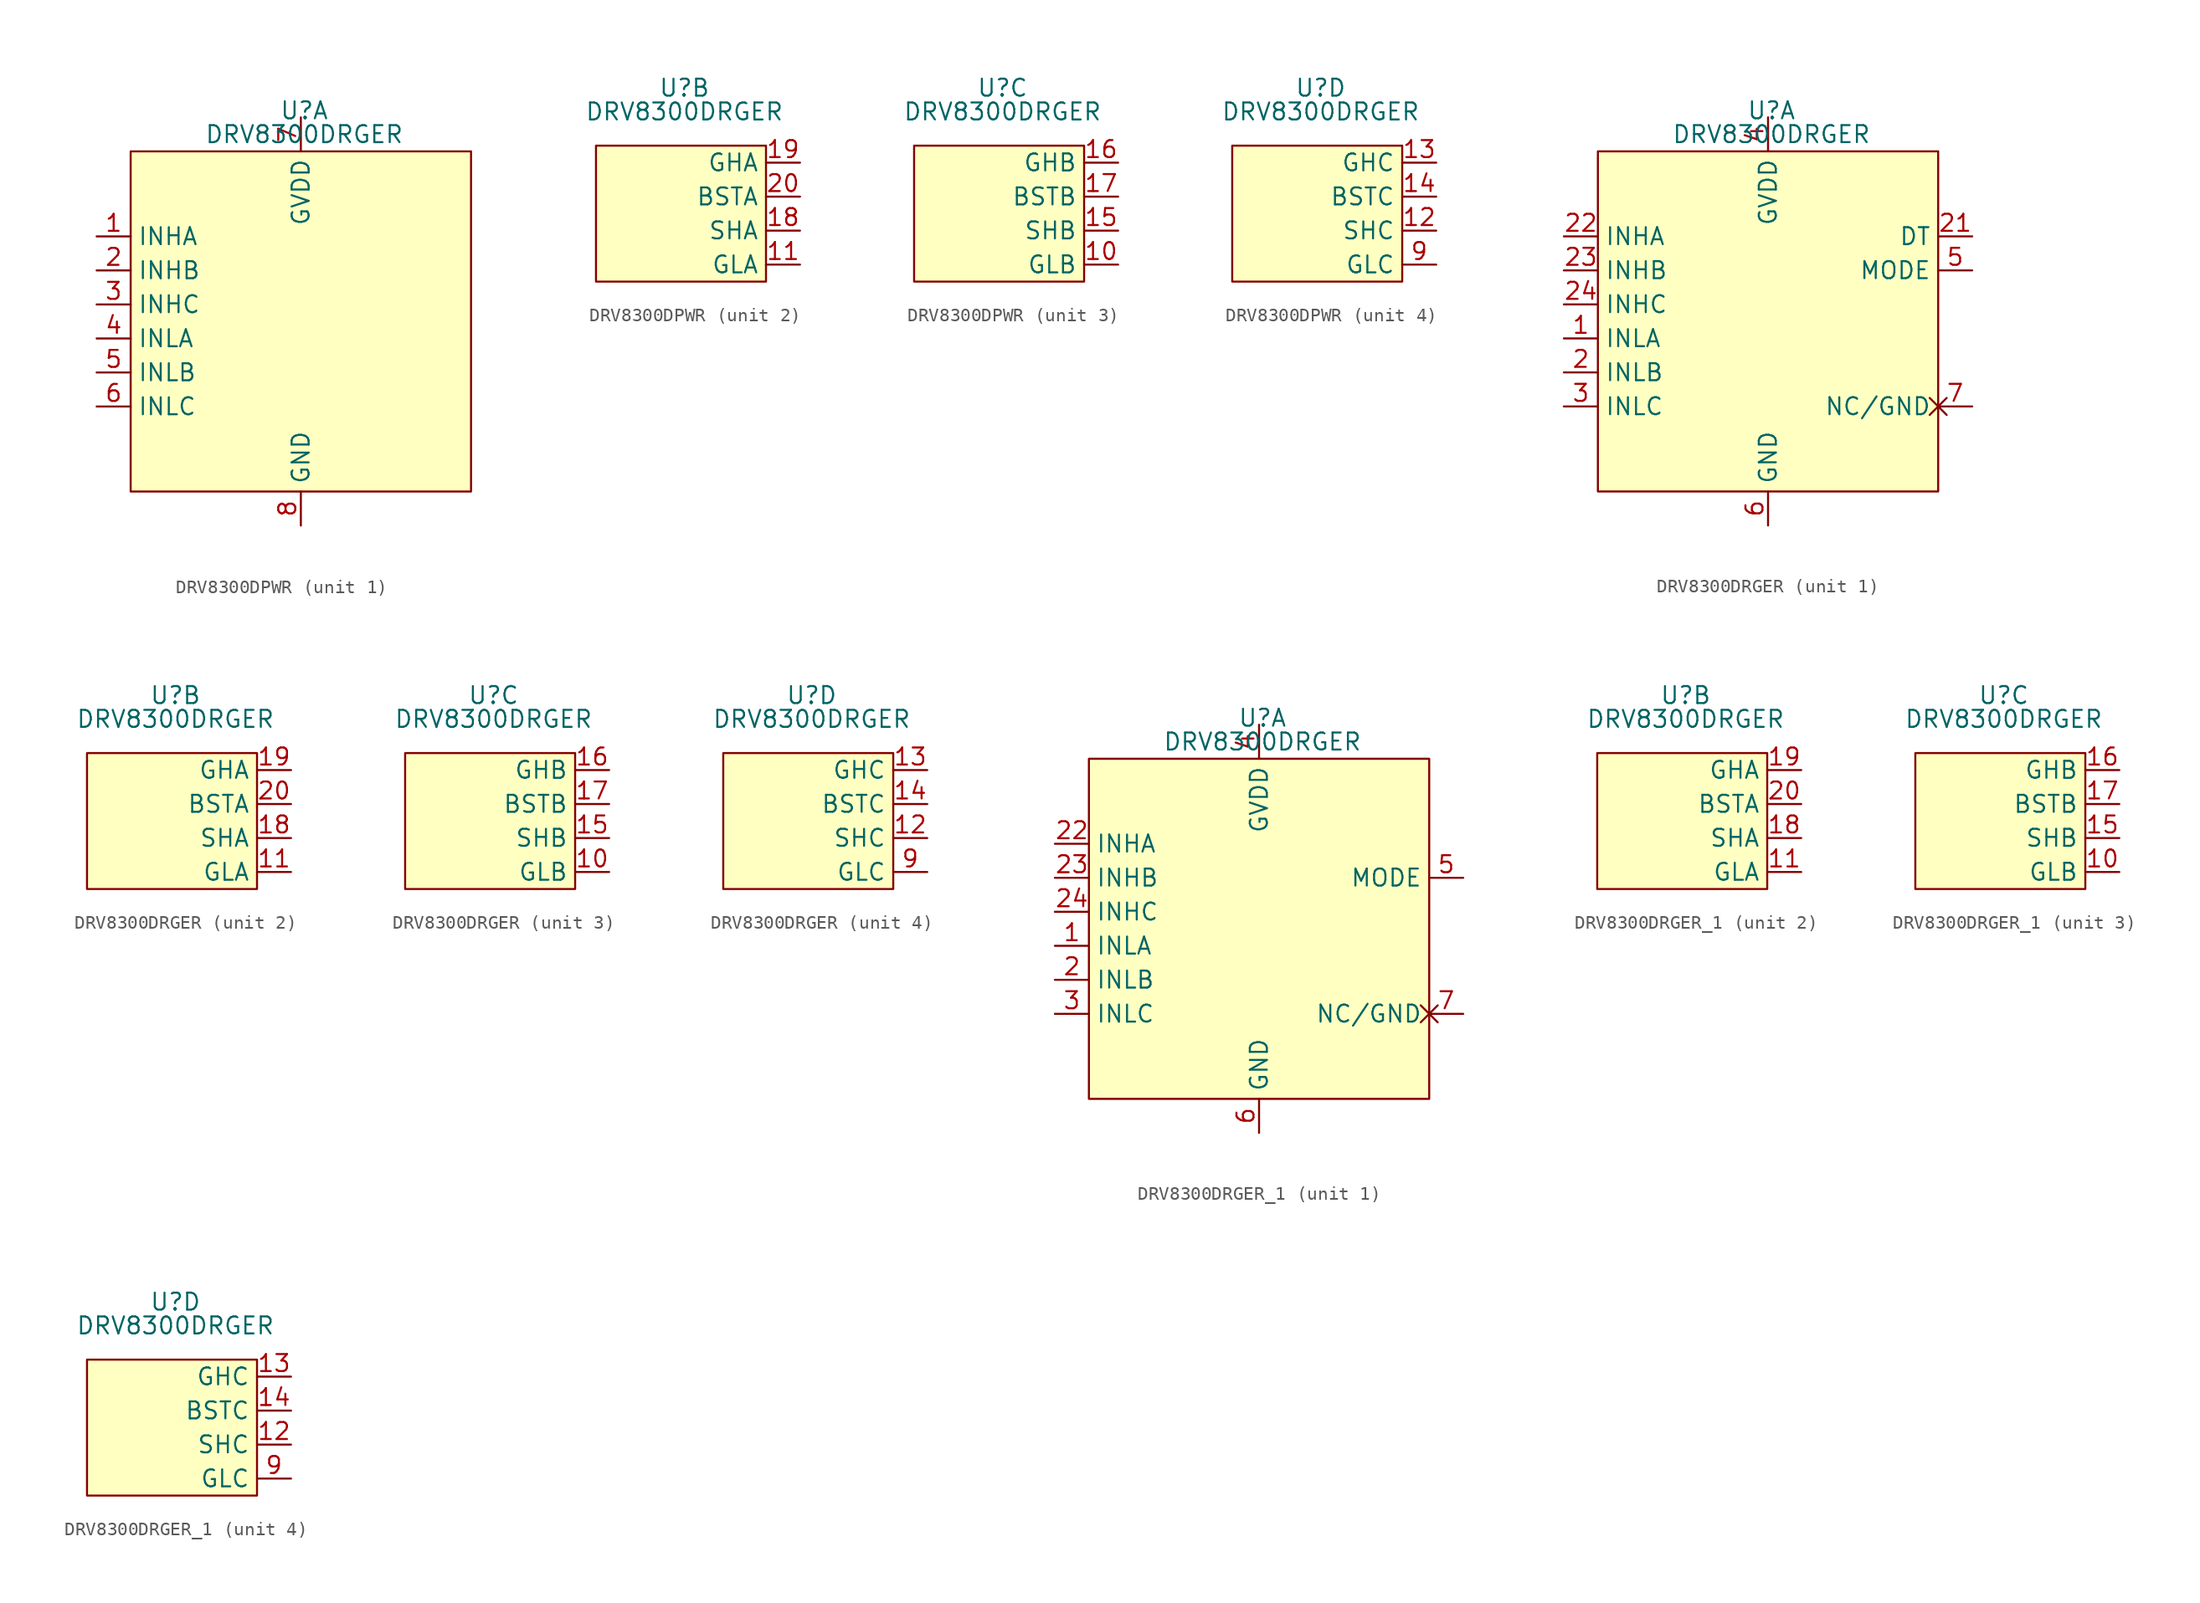
<source format=kicad_sym>
(kicad_symbol_lib
  (version 20231120)
  (generator "kicad_symbol_editor")
  (generator_version "8.0")
  (symbol "DRV8300DPWR"
    (property "Reference" "U"
      (at 0.254 6.858 0)
      (effects (font (size 1.27 1.27))))
    (property "Value" "DRV8300DRGER"
      (at 0.254 5.08 0)
      (effects (font (size 1.27 1.27))))
    (property "ki_locked" ""
      (at 0 0 0)
      (effects (font (size 1.27 1.27))))
    (symbol "DRV8300DPWR_1_1"
      (rectangle (start -12.7 3.81) (end 12.7 -21.59) (stroke (width 0) (type default)) (fill (type background)))
      (pin input line (at -15.24 -2.54 0) (length 2.54) (name "INHA" (effects (font (size 1.27 1.27)))) (number "1" (effects (font (size 1.27 1.27)))))
      (pin input line (at -15.24 -5.08 0) (length 2.54) (name "INHB" (effects (font (size 1.27 1.27)))) (number "2" (effects (font (size 1.27 1.27)))))
      (pin input line (at -15.24 -7.62 0) (length 2.54) (name "INHC" (effects (font (size 1.27 1.27)))) (number "3" (effects (font (size 1.27 1.27)))))
      (pin input line (at -15.24 -10.16 0) (length 2.54) (name "INLA" (effects (font (size 1.27 1.27)))) (number "4" (effects (font (size 1.27 1.27)))))
      (pin input line (at -15.24 -12.7 0) (length 2.54) (name "INLB" (effects (font (size 1.27 1.27)))) (number "5" (effects (font (size 1.27 1.27)))))
      (pin input line (at -15.24 -15.24 0) (length 2.54) (name "INLC" (effects (font (size 1.27 1.27)))) (number "6" (effects (font (size 1.27 1.27)))))
      (pin power_in line (at 0 6.35 270) (length 2.54) (name "GVDD" (effects (font (size 1.27 1.27)))) (number "7" (effects (font (size 1.27 1.27)))))
      (pin power_out line (at 0 -24.13 90) (length 2.54) (name "GND" (effects (font (size 1.27 1.27)))) (number "8" (effects (font (size 1.27 1.27))))))
    (symbol "DRV8300DPWR_2_1"
      (rectangle (start -6.35 2.54) (end 6.35 -7.62) (stroke (width 0) (type default)) (fill (type background)))
      (pin output line (at 8.89 -6.35 180) (length 2.54) (name "GLA" (effects (font (size 1.27 1.27)))) (number "11" (effects (font (size 1.27 1.27)))))
      (pin output line (at 8.89 -3.81 180) (length 2.54) (name "SHA" (effects (font (size 1.27 1.27)))) (number "18" (effects (font (size 1.27 1.27)))))
      (pin output line (at 8.89 1.27 180) (length 2.54) (name "GHA" (effects (font (size 1.27 1.27)))) (number "19" (effects (font (size 1.27 1.27)))))
      (pin output line (at 8.89 -1.27 180) (length 2.54) (name "BSTA" (effects (font (size 1.27 1.27)))) (number "20" (effects (font (size 1.27 1.27))))))
    (symbol "DRV8300DPWR_3_1"
      (rectangle (start -6.35 2.54) (end 6.35 -7.62) (stroke (width 0) (type default)) (fill (type background)))
      (pin output line (at 8.89 -6.35 180) (length 2.54) (name "GLB" (effects (font (size 1.27 1.27)))) (number "10" (effects (font (size 1.27 1.27)))))
      (pin output line (at 8.89 -3.81 180) (length 2.54) (name "SHB" (effects (font (size 1.27 1.27)))) (number "15" (effects (font (size 1.27 1.27)))))
      (pin output line (at 8.89 1.27 180) (length 2.54) (name "GHB" (effects (font (size 1.27 1.27)))) (number "16" (effects (font (size 1.27 1.27)))))
      (pin output line (at 8.89 -1.27 180) (length 2.54) (name "BSTB" (effects (font (size 1.27 1.27)))) (number "17" (effects (font (size 1.27 1.27))))))
    (symbol "DRV8300DPWR_4_1"
      (rectangle (start -6.35 2.54) (end 6.35 -7.62) (stroke (width 0) (type default)) (fill (type background)))
      (pin output line (at 8.89 -3.81 180) (length 2.54) (name "SHC" (effects (font (size 1.27 1.27)))) (number "12" (effects (font (size 1.27 1.27)))))
      (pin output line (at 8.89 1.27 180) (length 2.54) (name "GHC" (effects (font (size 1.27 1.27)))) (number "13" (effects (font (size 1.27 1.27)))))
      (pin output line (at 8.89 -1.27 180) (length 2.54) (name "BSTC" (effects (font (size 1.27 1.27)))) (number "14" (effects (font (size 1.27 1.27)))))
      (pin output line (at 8.89 -6.35 180) (length 2.54) (name "GLC" (effects (font (size 1.27 1.27)))) (number "9" (effects (font (size 1.27 1.27)))))))
  (symbol "DRV8300DRGER"
    (property "Reference" "U"
      (at 0.254 6.858 0)
      (effects (font (size 1.27 1.27))))
    (property "Value" "DRV8300DRGER"
      (at 0.254 5.08 0)
      (effects (font (size 1.27 1.27))))
    (property "ki_locked" ""
      (at 0 0 0)
      (effects (font (size 1.27 1.27))))
    (symbol "DRV8300DRGER_1_1"
      (rectangle (start -12.7 3.81) (end 12.7 -21.59) (stroke (width 0) (type default)) (fill (type background)))
      (pin input line (at -15.24 -10.16 0) (length 2.54) (name "INLA" (effects (font (size 1.27 1.27)))) (number "1" (effects (font (size 1.27 1.27)))))
      (pin input line (at -15.24 -12.7 0) (length 2.54) (name "INLB" (effects (font (size 1.27 1.27)))) (number "2" (effects (font (size 1.27 1.27)))))
      (pin input line (at 15.24 -2.54 180) (length 2.54) (name "DT" (effects (font (size 1.27 1.27)))) (number "21" (effects (font (size 1.27 1.27)))))
      (pin input line (at -15.24 -2.54 0) (length 2.54) (name "INHA" (effects (font (size 1.27 1.27)))) (number "22" (effects (font (size 1.27 1.27)))))
      (pin input line (at -15.24 -5.08 0) (length 2.54) (name "INHB" (effects (font (size 1.27 1.27)))) (number "23" (effects (font (size 1.27 1.27)))))
      (pin input line (at -15.24 -7.62 0) (length 2.54) (name "INHC" (effects (font (size 1.27 1.27)))) (number "24" (effects (font (size 1.27 1.27)))))
      (pin power_out line (at 0 -24.13 90) (length 2.54) hide (name "GND" (effects (font (size 1.27 1.27)))) (number "25" (effects (font (size 1.27 1.27)))))
      (pin input line (at -15.24 -15.24 0) (length 2.54) (name "INLC" (effects (font (size 1.27 1.27)))) (number "3" (effects (font (size 1.27 1.27)))))
      (pin power_in line (at 0 6.35 270) (length 2.54) (name "GVDD" (effects (font (size 1.27 1.27)))) (number "4" (effects (font (size 1.27 1.27)))))
      (pin input line (at 15.24 -5.08 180) (length 2.54) (name "MODE" (effects (font (size 1.27 1.27)))) (number "5" (effects (font (size 1.27 1.27)))))
      (pin power_out line (at 0 -24.13 90) (length 2.54) (name "GND" (effects (font (size 1.27 1.27)))) (number "6" (effects (font (size 1.27 1.27)))))
      (pin unspecified non_logic (at 15.24 -15.24 180) (length 2.54) (name "NC/GND" (effects (font (size 1.27 1.27)))) (number "7" (effects (font (size 1.27 1.27)))))
      (pin unspecified non_logic (at 15.24 -15.24 180) (length 2.54) hide (name "NC/GND" (effects (font (size 1.27 1.27)))) (number "8" (effects (font (size 1.27 1.27))))))
    (symbol "DRV8300DRGER_2_1"
      (rectangle (start -6.35 2.54) (end 6.35 -7.62) (stroke (width 0) (type default)) (fill (type background)))
      (pin output line (at 8.89 -6.35 180) (length 2.54) (name "GLA" (effects (font (size 1.27 1.27)))) (number "11" (effects (font (size 1.27 1.27)))))
      (pin output line (at 8.89 -3.81 180) (length 2.54) (name "SHA" (effects (font (size 1.27 1.27)))) (number "18" (effects (font (size 1.27 1.27)))))
      (pin output line (at 8.89 1.27 180) (length 2.54) (name "GHA" (effects (font (size 1.27 1.27)))) (number "19" (effects (font (size 1.27 1.27)))))
      (pin output line (at 8.89 -1.27 180) (length 2.54) (name "BSTA" (effects (font (size 1.27 1.27)))) (number "20" (effects (font (size 1.27 1.27))))))
    (symbol "DRV8300DRGER_3_1"
      (rectangle (start -6.35 2.54) (end 6.35 -7.62) (stroke (width 0) (type default)) (fill (type background)))
      (pin output line (at 8.89 -6.35 180) (length 2.54) (name "GLB" (effects (font (size 1.27 1.27)))) (number "10" (effects (font (size 1.27 1.27)))))
      (pin output line (at 8.89 -3.81 180) (length 2.54) (name "SHB" (effects (font (size 1.27 1.27)))) (number "15" (effects (font (size 1.27 1.27)))))
      (pin output line (at 8.89 1.27 180) (length 2.54) (name "GHB" (effects (font (size 1.27 1.27)))) (number "16" (effects (font (size 1.27 1.27)))))
      (pin output line (at 8.89 -1.27 180) (length 2.54) (name "BSTB" (effects (font (size 1.27 1.27)))) (number "17" (effects (font (size 1.27 1.27))))))
    (symbol "DRV8300DRGER_4_1"
      (rectangle (start -6.35 2.54) (end 6.35 -7.62) (stroke (width 0) (type default)) (fill (type background)))
      (pin output line (at 8.89 -3.81 180) (length 2.54) (name "SHC" (effects (font (size 1.27 1.27)))) (number "12" (effects (font (size 1.27 1.27)))))
      (pin output line (at 8.89 1.27 180) (length 2.54) (name "GHC" (effects (font (size 1.27 1.27)))) (number "13" (effects (font (size 1.27 1.27)))))
      (pin output line (at 8.89 -1.27 180) (length 2.54) (name "BSTC" (effects (font (size 1.27 1.27)))) (number "14" (effects (font (size 1.27 1.27)))))
      (pin output line (at 8.89 -6.35 180) (length 2.54) (name "GLC" (effects (font (size 1.27 1.27)))) (number "9" (effects (font (size 1.27 1.27)))))))
  (symbol "DRV8300DRGER_1"
    (property "Reference" "U"
      (at 0.254 6.858 0)
      (effects (font (size 1.27 1.27))))
    (property "Value" "DRV8300DRGER"
      (at 0.254 5.08 0)
      (effects (font (size 1.27 1.27))))
    (property "ki_locked" ""
      (at 0 0 0)
      (effects (font (size 1.27 1.27))))
    (symbol "DRV8300DRGER_1_1_1"
      (rectangle (start -12.7 3.81) (end 12.7 -21.59) (stroke (width 0) (type default)) (fill (type background)))
      (pin input line (at -15.24 -10.16 0) (length 2.54) (name "INLA" (effects (font (size 1.27 1.27)))) (number "1" (effects (font (size 1.27 1.27)))))
      (pin input line (at -15.24 -12.7 0) (length 2.54) (name "INLB" (effects (font (size 1.27 1.27)))) (number "2" (effects (font (size 1.27 1.27)))))
      (pin input line (at -15.24 -2.54 0) (length 2.54) (name "INHA" (effects (font (size 1.27 1.27)))) (number "22" (effects (font (size 1.27 1.27)))))
      (pin input line (at -15.24 -5.08 0) (length 2.54) (name "INHB" (effects (font (size 1.27 1.27)))) (number "23" (effects (font (size 1.27 1.27)))))
      (pin input line (at -15.24 -7.62 0) (length 2.54) (name "INHC" (effects (font (size 1.27 1.27)))) (number "24" (effects (font (size 1.27 1.27)))))
      (pin power_out line (at 0 -24.13 90) (length 2.54) hide (name "GND" (effects (font (size 1.27 1.27)))) (number "25" (effects (font (size 1.27 1.27)))))
      (pin input line (at -15.24 -15.24 0) (length 2.54) (name "INLC" (effects (font (size 1.27 1.27)))) (number "3" (effects (font (size 1.27 1.27)))))
      (pin power_in line (at 0 6.35 270) (length 2.54) (name "GVDD" (effects (font (size 1.27 1.27)))) (number "4" (effects (font (size 1.27 1.27)))))
      (pin input line (at 15.24 -5.08 180) (length 2.54) (name "MODE" (effects (font (size 1.27 1.27)))) (number "5" (effects (font (size 1.27 1.27)))))
      (pin power_out line (at 0 -24.13 90) (length 2.54) (name "GND" (effects (font (size 1.27 1.27)))) (number "6" (effects (font (size 1.27 1.27)))))
      (pin unspecified non_logic (at 15.24 -15.24 180) (length 2.54) (name "NC/GND" (effects (font (size 1.27 1.27)))) (number "7" (effects (font (size 1.27 1.27)))))
      (pin unspecified non_logic (at 15.24 -15.24 180) (length 2.54) hide (name "NC/GND" (effects (font (size 1.27 1.27)))) (number "8" (effects (font (size 1.27 1.27))))))
    (symbol "DRV8300DRGER_1_2_1"
      (rectangle (start -6.35 2.54) (end 6.35 -7.62) (stroke (width 0) (type default)) (fill (type background)))
      (pin output line (at 8.89 -6.35 180) (length 2.54) (name "GLA" (effects (font (size 1.27 1.27)))) (number "11" (effects (font (size 1.27 1.27)))))
      (pin output line (at 8.89 -3.81 180) (length 2.54) (name "SHA" (effects (font (size 1.27 1.27)))) (number "18" (effects (font (size 1.27 1.27)))))
      (pin output line (at 8.89 1.27 180) (length 2.54) (name "GHA" (effects (font (size 1.27 1.27)))) (number "19" (effects (font (size 1.27 1.27)))))
      (pin output line (at 8.89 -1.27 180) (length 2.54) (name "BSTA" (effects (font (size 1.27 1.27)))) (number "20" (effects (font (size 1.27 1.27))))))
    (symbol "DRV8300DRGER_1_3_1"
      (rectangle (start -6.35 2.54) (end 6.35 -7.62) (stroke (width 0) (type default)) (fill (type background)))
      (pin output line (at 8.89 -6.35 180) (length 2.54) (name "GLB" (effects (font (size 1.27 1.27)))) (number "10" (effects (font (size 1.27 1.27)))))
      (pin output line (at 8.89 -3.81 180) (length 2.54) (name "SHB" (effects (font (size 1.27 1.27)))) (number "15" (effects (font (size 1.27 1.27)))))
      (pin output line (at 8.89 1.27 180) (length 2.54) (name "GHB" (effects (font (size 1.27 1.27)))) (number "16" (effects (font (size 1.27 1.27)))))
      (pin output line (at 8.89 -1.27 180) (length 2.54) (name "BSTB" (effects (font (size 1.27 1.27)))) (number "17" (effects (font (size 1.27 1.27))))))
    (symbol "DRV8300DRGER_1_4_1"
      (rectangle (start -6.35 2.54) (end 6.35 -7.62) (stroke (width 0) (type default)) (fill (type background)))
      (pin output line (at 8.89 -3.81 180) (length 2.54) (name "SHC" (effects (font (size 1.27 1.27)))) (number "12" (effects (font (size 1.27 1.27)))))
      (pin output line (at 8.89 1.27 180) (length 2.54) (name "GHC" (effects (font (size 1.27 1.27)))) (number "13" (effects (font (size 1.27 1.27)))))
      (pin output line (at 8.89 -1.27 180) (length 2.54) (name "BSTC" (effects (font (size 1.27 1.27)))) (number "14" (effects (font (size 1.27 1.27)))))
      (pin output line (at 8.89 -6.35 180) (length 2.54) (name "GLC" (effects (font (size 1.27 1.27)))) (number "9" (effects (font (size 1.27 1.27))))))))
</source>
